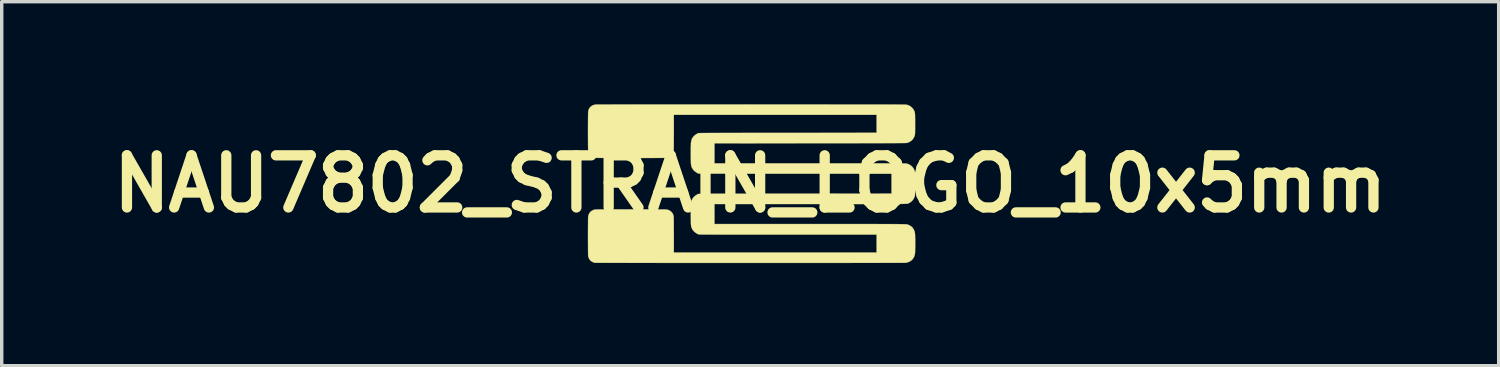
<source format=kicad_pcb>
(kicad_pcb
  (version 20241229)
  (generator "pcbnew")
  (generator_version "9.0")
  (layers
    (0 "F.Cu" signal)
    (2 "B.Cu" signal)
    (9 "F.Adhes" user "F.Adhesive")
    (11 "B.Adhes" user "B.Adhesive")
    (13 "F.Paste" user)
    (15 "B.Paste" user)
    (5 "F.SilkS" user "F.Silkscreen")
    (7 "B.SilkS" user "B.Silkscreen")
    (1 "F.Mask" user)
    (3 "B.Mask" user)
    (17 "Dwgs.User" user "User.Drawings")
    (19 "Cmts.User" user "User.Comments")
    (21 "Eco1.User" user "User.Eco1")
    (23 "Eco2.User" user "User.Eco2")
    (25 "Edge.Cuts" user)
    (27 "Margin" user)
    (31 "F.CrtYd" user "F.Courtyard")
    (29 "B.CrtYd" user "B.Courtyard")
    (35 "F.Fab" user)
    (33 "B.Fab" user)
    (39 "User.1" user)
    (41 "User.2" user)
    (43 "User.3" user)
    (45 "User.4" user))
  (footprint "NAU7802_STRAIN_LOGO_10x5mm"
    (layer "F.Cu")
    (at 18.876 2.324)
    (property "Reference" "NAU7802_STRAIN_LOGO_10x5mm" (at 0 0 0) (layer "F.SilkS") (effects (font (size 1.524 1.524) (thickness 0.3))))
    (attr through_hole)
    (fp_poly (pts (xy -1.674 -2.319) (xy -1.452 -2.319) (xy -1.22 -2.319) (xy -0.979 -2.319) (xy -0.729 -2.319) (xy -0.47 -2.319) (xy -0.201 -2.319) (xy 0.036 -2.318) (xy 0.287 -2.318) (xy 0.528 -2.318) (xy 0.76 -2.318) (xy 0.983 -2.318) (xy 1.197 -2.318) (xy 1.402 -2.318) (xy 1.599 -2.318) (xy 1.788 -2.318) (xy 1.968 -2.318) (xy 2.141 -2.318) (xy 2.305 -2.318) (xy 2.462 -2.317) (xy 2.612 -2.317) (xy 2.755 -2.317) (xy 2.89 -2.317) (xy 3.018 -2.317) (xy 3.14 -2.317) (xy 3.256 -2.317) (xy 3.365 -2.317) (xy 3.467 -2.317) (xy 3.564 -2.317) (xy 3.655 -2.316) (xy 3.741 -2.316) (xy 3.821 -2.316) (xy 3.895 -2.316) (xy 3.965 -2.316) (xy 4.03 -2.316) (xy 4.09 -2.315) (xy 4.145 -2.315) (xy 4.196 -2.315) (xy 4.243 -2.315) (xy 4.286 -2.315) (xy 4.326 -2.314) (xy 4.361 -2.314) (xy 4.393 -2.314) (xy 4.422 -2.314) (xy 4.448 -2.313) (xy 4.471 -2.313) (xy 4.491 -2.313) (xy 4.508 -2.313) (xy 4.524 -2.312) (xy 4.537 -2.312) (xy 4.548 -2.312) (xy 4.557 -2.311) (xy 4.564 -2.311) (xy 4.571 -2.31) (xy 4.575 -2.31) (xy 4.579 -2.31) (xy 4.582 -2.309) (xy 4.583 -2.309) (xy 4.631 -2.293) (xy 4.676 -2.269) (xy 4.716 -2.238) (xy 4.751 -2.202) (xy 4.778 -2.162) (xy 4.784 -2.151) (xy 4.791 -2.137) (xy 4.797 -2.125) (xy 4.802 -2.112) (xy 4.806 -2.1) (xy 4.809 -2.086) (xy 4.812 -2.07) (xy 4.814 -2.051) (xy 4.816 -2.028) (xy 4.817 -2.001) (xy 4.818 -1.968) (xy 4.818 -1.93) (xy 4.819 -1.884) (xy 4.819 -1.831) (xy 4.819 -1.769) (xy 4.819 -1.754) (xy 4.819 -1.693) (xy 4.819 -1.641) (xy 4.819 -1.597) (xy 4.818 -1.559) (xy 4.818 -1.529) (xy 4.817 -1.504) (xy 4.817 -1.484) (xy 4.816 -1.467) (xy 4.815 -1.454) (xy 4.813 -1.444) (xy 4.812 -1.435) (xy 4.811 -1.429) (xy 4.794 -1.378) (xy 4.769 -1.331) (xy 4.737 -1.29) (xy 4.698 -1.254) (xy 4.652 -1.225) (xy 4.6 -1.203) (xy 4.589 -1.2) (xy 4.587 -1.199) (xy 4.584 -1.199) (xy 4.58 -1.198) (xy 4.575 -1.197) (xy 4.569 -1.197) (xy 4.562 -1.196) (xy 4.553 -1.196) (xy 4.542 -1.196) (xy 4.529 -1.195) (xy 4.513 -1.195) (xy 4.495 -1.194) (xy 4.474 -1.194) (xy 4.449 -1.194) (xy 4.422 -1.194) (xy 4.391 -1.193) (xy 4.356 -1.193) (xy 4.317 -1.193) (xy 4.273 -1.193) (xy 4.226 -1.192) (xy 4.173 -1.192) (xy 4.116 -1.192) (xy 4.053 -1.192) (xy 3.985 -1.192) (xy 3.912 -1.191) (xy 3.832 -1.191) (xy 3.747 -1.191) (xy 3.655 -1.191) (xy 3.557 -1.191) (xy 3.451 -1.191) (xy 3.339 -1.191) (xy 3.22 -1.191) (xy 3.093 -1.19) (xy 2.958 -1.19) (xy 2.815 -1.19) (xy 2.664 -1.19) (xy 2.505 -1.19) (xy 2.337 -1.19) (xy 2.16 -1.19) (xy 1.975 -1.19) (xy 1.779 -1.19) (xy 1.756 -1.19) (xy -1.047 -1.188) (xy -1.047 -0.599) (xy 1.74 -0.599) (xy 1.937 -0.599) (xy 2.125 -0.599) (xy 2.303 -0.599) (xy 2.473 -0.599) (xy 2.634 -0.599) (xy 2.786 -0.599) (xy 2.93 -0.599) (xy 3.067 -0.599) (xy 3.195 -0.599) (xy 3.316 -0.599) (xy 3.43 -0.599) (xy 3.536 -0.599) (xy 3.636 -0.599) (xy 3.729 -0.598) (xy 3.816 -0.598) (xy 3.896 -0.598) (xy 3.971 -0.598) (xy 4.04 -0.598) (xy 4.103 -0.598) (xy 4.161 -0.598) (xy 4.214 -0.597) (xy 4.263 -0.597) (xy 4.307 -0.597) (xy 4.346 -0.597) (xy 4.381 -0.596) (xy 4.413 -0.596) (xy 4.441 -0.596) (xy 4.465 -0.596) (xy 4.486 -0.595) (xy 4.504 -0.595) (xy 4.52 -0.594) (xy 4.532 -0.594) (xy 4.543 -0.594) (xy 4.552 -0.593) (xy 4.558 -0.593) (xy 4.564 -0.592) (xy 4.567 -0.592) (xy 4.568 -0.592) (xy 4.619 -0.577) (xy 4.666 -0.555) (xy 4.708 -0.525) (xy 4.745 -0.488) (xy 4.776 -0.446) (xy 4.799 -0.398) (xy 4.808 -0.371) (xy 4.81 -0.363) (xy 4.812 -0.356) (xy 4.813 -0.348) (xy 4.815 -0.339) (xy 4.816 -0.328) (xy 4.817 -0.315) (xy 4.817 -0.297) (xy 4.818 -0.276) (xy 4.818 -0.25) (xy 4.818 -0.217) (xy 4.818 -0.179) (xy 4.819 -0.133) (xy 4.819 -0.079) (xy 4.819 -0.017) (xy 4.819 -0.005) (xy 4.819 0.059) (xy 4.819 0.115) (xy 4.818 0.162) (xy 4.818 0.201) (xy 4.818 0.235) (xy 4.818 0.262) (xy 4.817 0.284) (xy 4.817 0.302) (xy 4.816 0.317) (xy 4.815 0.328) (xy 4.814 0.337) (xy 4.812 0.345) (xy 4.81 0.353) (xy 4.808 0.36) (xy 4.808 0.361) (xy 4.789 0.411) (xy 4.763 0.456) (xy 4.729 0.496) (xy 4.69 0.53) (xy 4.649 0.555) (xy 4.644 0.557) (xy 4.64 0.559) (xy 4.637 0.562) (xy 4.634 0.564) (xy 4.631 0.566) (xy 4.628 0.568) (xy 4.625 0.569) (xy 4.621 0.571) (xy 4.617 0.573) (xy 4.611 0.574) (xy 4.604 0.575) (xy 4.595 0.577) (xy 4.585 0.578) (xy 4.573 0.579) (xy 4.559 0.58) (xy 4.542 0.581) (xy 4.522 0.582) (xy 4.5 0.583) (xy 4.475 0.584) (xy 4.446 0.585) (xy 4.413 0.585) (xy 4.377 0.586) (xy 4.337 0.586) (xy 4.293 0.587) (xy 4.244 0.587) (xy 4.19 0.588) (xy 4.131 0.588) (xy 4.068 0.588) (xy 3.998 0.589) (xy 3.923 0.589) (xy 3.843 0.589) (xy 3.756 0.589) (xy 3.663 0.589) (xy 3.563 0.589) (xy 3.457 0.589) (xy 3.343 0.589) (xy 3.222 0.59) (xy 3.094 0.59) (xy 2.958 0.59) (xy 2.814 0.59) (xy 2.662 0.59) (xy 2.501 0.59) (xy 2.332 0.59) (xy 2.154 0.589) (xy 1.967 0.589) (xy 1.771 0.589) (xy -1.047 0.589) (xy -1.047 1.174) (xy 1.738 1.174) (xy 1.935 1.174) (xy 2.122 1.174) (xy 2.301 1.174) (xy 2.47 1.174) (xy 2.631 1.174) (xy 2.784 1.174) (xy 2.928 1.174) (xy 3.064 1.174) (xy 3.193 1.174) (xy 3.314 1.174) (xy 3.428 1.174) (xy 3.534 1.174) (xy 3.634 1.174) (xy 3.728 1.175) (xy 3.815 1.175) (xy 3.896 1.175) (xy 3.971 1.175) (xy 4.04 1.175) (xy 4.104 1.176) (xy 4.163 1.176) (xy 4.217 1.176) (xy 4.266 1.176) (xy 4.31 1.177) (xy 4.351 1.177) (xy 4.387 1.178) (xy 4.42 1.178) (xy 4.449 1.179) (xy 4.474 1.18) (xy 4.497 1.18) (xy 4.517 1.181) (xy 4.534 1.182) (xy 4.548 1.183) (xy 4.561 1.183) (xy 4.571 1.184) (xy 4.58 1.185) (xy 4.588 1.187) (xy 4.594 1.188) (xy 4.599 1.189) (xy 4.603 1.19) (xy 4.607 1.192) (xy 4.61 1.193) (xy 4.614 1.195) (xy 4.617 1.196) (xy 4.621 1.198) (xy 4.625 1.2) (xy 4.673 1.223) (xy 4.715 1.252) (xy 4.75 1.289) (xy 4.778 1.332) (xy 4.799 1.381) (xy 4.813 1.435) (xy 4.816 1.462) (xy 4.817 1.479) (xy 4.818 1.504) (xy 4.819 1.537) (xy 4.82 1.575) (xy 4.821 1.618) (xy 4.821 1.664) (xy 4.821 1.712) (xy 4.821 1.761) (xy 4.821 1.81) (xy 4.821 1.856) (xy 4.82 1.9) (xy 4.819 1.939) (xy 4.819 1.973) (xy 4.818 2) (xy 4.816 2.019) (xy 4.816 2.022) (xy 4.806 2.08) (xy 4.788 2.131) (xy 4.763 2.177) (xy 4.731 2.216) (xy 4.692 2.249) (xy 4.647 2.275) (xy 4.596 2.293) (xy 4.54 2.304) (xy 4.534 2.305) (xy 4.526 2.305) (xy 4.51 2.305) (xy 4.484 2.306) (xy 4.45 2.306) (xy 4.407 2.306) (xy 4.356 2.306) (xy 4.297 2.307) (xy 4.23 2.307) (xy 4.155 2.307) (xy 4.073 2.307) (xy 3.984 2.307) (xy 3.889 2.307) (xy 3.787 2.308) (xy 3.678 2.308) (xy 3.564 2.308) (xy 3.444 2.308) (xy 3.319 2.308) (xy 3.188 2.308) (xy 3.052 2.308) (xy 2.912 2.309) (xy 2.767 2.309) (xy 2.618 2.309) (xy 2.465 2.309) (xy 2.309 2.309) (xy 2.149 2.309) (xy 1.986 2.309) (xy 1.82 2.309) (xy 1.651 2.309) (xy 1.48 2.309) (xy 1.307 2.309) (xy 1.131 2.309) (xy 0.955 2.309) (xy 0.777 2.309) (xy 0.597 2.309) (xy 0.417 2.309) (xy 0.237 2.309) (xy 0.056 2.309) (xy -0.125 2.309) (xy -0.306 2.309) (xy -0.487 2.309) (xy -0.666 2.309) (xy -0.845 2.309) (xy -1.023 2.309) (xy -1.199 2.309) (xy -1.373 2.309) (xy -1.546 2.309) (xy -1.716 2.309) (xy -1.884 2.309) (xy -2.049 2.309) (xy -2.211 2.309) (xy -2.369 2.309) (xy -2.525 2.309) (xy -2.676 2.309) (xy -2.824 2.308) (xy -2.967 2.308) (xy -3.105 2.308) (xy -3.239 2.308) (xy -3.368 2.308) (xy -3.492 2.308) (xy -3.61 2.308) (xy -3.722 2.307) (xy -3.828 2.307) (xy -3.927 2.307) (xy -4.02 2.307) (xy -4.107 2.307) (xy -4.186 2.307) (xy -4.258 2.306) (xy -4.322 2.306) (xy -4.378 2.306) (xy -4.426 2.306) (xy -4.466 2.305) (xy -4.497 2.305) (xy -4.519 2.305) (xy -4.533 2.305) (xy -4.536 2.305) (xy -4.574 2.296) (xy -4.612 2.28) (xy -4.647 2.258) (xy -4.672 2.236) (xy -4.7 2.2) (xy -4.72 2.158) (xy -4.733 2.112) (xy -4.735 2.099) (xy -4.736 2.088) (xy -4.736 2.068) (xy -4.737 2.039) (xy -4.738 2.004) (xy -4.738 1.962) (xy -4.739 1.914) (xy -4.739 1.862) (xy -4.739 1.805) (xy -4.739 1.745) (xy -4.74 1.682) (xy -4.74 1.618) (xy -4.74 1.552) (xy -4.74 1.486) (xy -4.74 1.421) (xy -4.74 1.357) (xy -4.739 1.295) (xy -4.739 1.235) (xy -4.739 1.18) (xy -4.738 1.129) (xy -4.738 1.083) (xy -4.737 1.042) (xy -4.737 1.009) (xy -4.736 0.983) (xy -4.735 0.965) (xy -4.735 0.958) (xy -4.725 0.911) (xy -4.706 0.869) (xy -4.681 0.832) (xy -4.649 0.801) (xy -4.611 0.777) (xy -4.567 0.76) (xy -4.529 0.752) (xy -4.519 0.752) (xy -4.501 0.751) (xy -4.474 0.751) (xy -4.439 0.75) (xy -4.396 0.75) (xy -4.347 0.75) (xy -4.292 0.749) (xy -4.231 0.749) (xy -4.164 0.749) (xy -4.093 0.748) (xy -4.018 0.748) (xy -3.94 0.748) (xy -3.858 0.748) (xy -3.775 0.748) (xy -3.689 0.748) (xy -3.602 0.747) (xy -3.515 0.747) (xy -3.427 0.747) (xy -3.339 0.748) (xy -3.253 0.748) (xy -3.168 0.748) (xy -3.085 0.748) (xy -3.004 0.748) (xy -2.927 0.748) (xy -2.854 0.748) (xy -2.784 0.749) (xy -2.72 0.749) (xy -2.661 0.749) (xy -2.607 0.75) (xy -2.561 0.75) (xy -2.521 0.751) (xy -2.489 0.751) (xy -2.465 0.752) (xy -2.449 0.752) (xy -2.444 0.753) (xy -2.397 0.763) (xy -2.355 0.781) (xy -2.318 0.807) (xy -2.287 0.839) (xy -2.262 0.877) (xy -2.246 0.92) (xy -2.238 0.958) (xy -2.237 0.97) (xy -2.237 0.991) (xy -2.236 1.021) (xy -2.235 1.059) (xy -2.235 1.105) (xy -2.234 1.159) (xy -2.234 1.22) (xy -2.234 1.288) (xy -2.233 1.363) (xy -2.233 1.444) (xy -2.233 1.504) (xy -2.233 2.008) (xy 3.697 2.008) (xy 3.697 1.481) (xy 1.109 1.481) (xy 0.919 1.481) (xy 0.738 1.481) (xy 0.566 1.481) (xy 0.404 1.481) (xy 0.249 1.481) (xy 0.104 1.481) (xy -0.034 1.481) (xy -0.164 1.481) (xy -0.286 1.481) (xy -0.4 1.481) (xy -0.507 1.48) (xy -0.607 1.48) (xy -0.701 1.48) (xy -0.787 1.48) (xy -0.868 1.48) (xy -0.942 1.48) (xy -1.011 1.48) (xy -1.073 1.48) (xy -1.131 1.479) (xy -1.183 1.479) (xy -1.231 1.479) (xy -1.273 1.479) (xy -1.312 1.478) (xy -1.345 1.478) (xy -1.375 1.478) (xy -1.402 1.478) (xy -1.424 1.477) (xy -1.444 1.477) (xy -1.46 1.477) (xy -1.473 1.476) (xy -1.484 1.476) (xy -1.493 1.475) (xy -1.499 1.475) (xy -1.503 1.474) (xy -1.506 1.474) (xy -1.526 1.467) (xy -1.55 1.455) (xy -1.576 1.439) (xy -1.602 1.422) (xy -1.625 1.404) (xy -1.638 1.393) (xy -1.659 1.37) (xy -1.68 1.342) (xy -1.698 1.311) (xy -1.712 1.282) (xy -1.716 1.271) (xy -1.721 1.251) (xy -1.726 1.226) (xy -1.729 1.2) (xy -1.73 1.193) (xy -1.731 1.178) (xy -1.732 1.154) (xy -1.733 1.123) (xy -1.733 1.086) (xy -1.734 1.044) (xy -1.734 0.998) (xy -1.734 0.95) (xy -1.735 0.9) (xy -1.734 0.849) (xy -1.734 0.8) (xy -1.734 0.752) (xy -1.734 0.707) (xy -1.733 0.667) (xy -1.732 0.632) (xy -1.732 0.604) (xy -1.731 0.583) (xy -1.73 0.575) (xy -1.721 0.521) (xy -1.706 0.472) (xy -1.683 0.429) (xy -1.652 0.39) (xy -1.647 0.384) (xy -1.633 0.371) (xy -1.613 0.355) (xy -1.589 0.338) (xy -1.565 0.322) (xy -1.543 0.308) (xy -1.525 0.298) (xy -1.525 0.298) (xy -1.523 0.297) (xy -1.52 0.297) (xy -1.517 0.296) (xy -1.511 0.296) (xy -1.504 0.295) (xy -1.495 0.295) (xy -1.484 0.295) (xy -1.471 0.294) (xy -1.455 0.294) (xy -1.436 0.293) (xy -1.414 0.293) (xy -1.389 0.293) (xy -1.361 0.292) (xy -1.329 0.292) (xy -1.292 0.292) (xy -1.252 0.292) (xy -1.207 0.291) (xy -1.158 0.291) (xy -1.104 0.291) (xy -1.044 0.291) (xy -0.98 0.291) (xy -0.91 0.291) (xy -0.834 0.29) (xy -0.752 0.29) (xy -0.664 0.29) (xy -0.569 0.29) (xy -0.468 0.29) (xy -0.36 0.29) (xy -0.244 0.29) (xy -0.122 0.29) (xy 0.008 0.289) (xy 0.146 0.289) (xy 0.293 0.289) (xy 0.447 0.289) (xy 0.61 0.289) (xy 0.781 0.289) (xy 0.962 0.289) (xy 1.151 0.289) (xy 1.313 0.289) (xy 4.133 0.287) (xy 4.133 -0.297) (xy 1.313 -0.298) (xy 1.116 -0.298) (xy 0.928 -0.298) (xy 0.749 -0.299) (xy 0.579 -0.299) (xy 0.418 -0.299) (xy 0.265 -0.299) (xy 0.121 -0.299) (xy -0.016 -0.299) (xy -0.145 -0.299) (xy -0.266 -0.299) (xy -0.38 -0.299) (xy -0.487 -0.299) (xy -0.587 -0.3) (xy -0.68 -0.3) (xy -0.767 -0.3) (xy -0.848 -0.3) (xy -0.923 -0.3) (xy -0.992 -0.3) (xy -1.056 -0.3) (xy -1.114 -0.301) (xy -1.167 -0.301) (xy -1.216 -0.301) (xy -1.26 -0.301) (xy -1.299 -0.302) (xy -1.335 -0.302) (xy -1.366 -0.302) (xy -1.394 -0.302) (xy -1.419 -0.303) (xy -1.44 -0.303) (xy -1.458 -0.303) (xy -1.474 -0.304) (xy -1.486 -0.304) (xy -1.497 -0.305) (xy -1.506 -0.305) (xy -1.512 -0.305) (xy -1.517 -0.306) (xy -1.521 -0.306) (xy -1.523 -0.307) (xy -1.525 -0.307) (xy -1.542 -0.317) (xy -1.564 -0.331) (xy -1.588 -0.347) (xy -1.612 -0.364) (xy -1.632 -0.38) (xy -1.647 -0.393) (xy -1.647 -0.394) (xy -1.679 -0.433) (xy -1.703 -0.476) (xy -1.72 -0.523) (xy -1.729 -0.576) (xy -1.73 -0.585) (xy -1.731 -0.6) (xy -1.732 -0.624) (xy -1.733 -0.655) (xy -1.733 -0.692) (xy -1.734 -0.734) (xy -1.734 -0.78) (xy -1.734 -0.828) (xy -1.735 -0.878) (xy -1.734 -0.929) (xy -1.734 -0.978) (xy -1.734 -1.026) (xy -1.734 -1.071) (xy -1.733 -1.111) (xy -1.732 -1.146) (xy -1.732 -1.174) (xy -1.731 -1.195) (xy -1.73 -1.203) (xy -1.721 -1.257) (xy -1.706 -1.306) (xy -1.683 -1.349) (xy -1.652 -1.388) (xy -1.647 -1.394) (xy -1.633 -1.407) (xy -1.613 -1.423) (xy -1.589 -1.44) (xy -1.565 -1.456) (xy -1.543 -1.47) (xy -1.525 -1.48) (xy -1.525 -1.48) (xy -1.523 -1.481) (xy -1.52 -1.481) (xy -1.516 -1.482) (xy -1.511 -1.482) (xy -1.504 -1.483) (xy -1.495 -1.483) (xy -1.483 -1.484) (xy -1.47 -1.484) (xy -1.453 -1.484) (xy -1.434 -1.485) (xy -1.412 -1.485) (xy -1.386 -1.485) (xy -1.357 -1.486) (xy -1.324 -1.486) (xy -1.286 -1.486) (xy -1.245 -1.486) (xy -1.199 -1.487) (xy -1.148 -1.487) (xy -1.092 -1.487) (xy -1.031 -1.487) (xy -0.964 -1.487) (xy -0.892 -1.488) (xy -0.813 -1.488) (xy -0.729 -1.488) (xy -0.638 -1.488) (xy -0.54 -1.488) (xy -0.436 -1.488) (xy -0.324 -1.488) (xy -0.205 -1.489) (xy -0.078 -1.489) (xy 0.057 -1.489) (xy 0.2 -1.489) (xy 0.351 -1.489) (xy 0.51 -1.489) (xy 0.679 -1.489) (xy 0.856 -1.489) (xy 1.043 -1.489) (xy 1.095 -1.489) (xy 3.697 -1.491) (xy 3.697 -2.018) (xy -2.233 -2.018) (xy -2.233 -1.513) (xy -2.233 -1.428) (xy -2.233 -1.35) (xy -2.234 -1.277) (xy -2.234 -1.211) (xy -2.234 -1.152) (xy -2.235 -1.1) (xy -2.235 -1.056) (xy -2.236 -1.021) (xy -2.237 -0.993) (xy -2.238 -0.975) (xy -2.238 -0.968) (xy -2.248 -0.921) (xy -2.266 -0.879) (xy -2.292 -0.842) (xy -2.324 -0.811) (xy -2.362 -0.787) (xy -2.406 -0.77) (xy -2.444 -0.762) (xy -2.454 -0.762) (xy -2.472 -0.761) (xy -2.499 -0.761) (xy -2.534 -0.76) (xy -2.577 -0.76) (xy -2.626 -0.759) (xy -2.681 -0.759) (xy -2.742 -0.759) (xy -2.809 -0.758) (xy -2.88 -0.758) (xy -2.955 -0.758) (xy -3.033 -0.758) (xy -3.115 -0.757) (xy -3.198 -0.757) (xy -3.284 -0.757) (xy -3.371 -0.757) (xy -3.459 -0.757) (xy -3.546 -0.757) (xy -3.634 -0.757) (xy -3.72 -0.757) (xy -3.805 -0.757) (xy -3.888 -0.757) (xy -3.969 -0.758) (xy -4.046 -0.758) (xy -4.12 -0.758) (xy -4.189 -0.758) (xy -4.253 -0.759) (xy -4.313 -0.759) (xy -4.366 -0.759) (xy -4.413 -0.76) (xy -4.452 -0.76) (xy -4.485 -0.761) (xy -4.509 -0.761) (xy -4.524 -0.762) (xy -4.529 -0.762) (xy -4.576 -0.772) (xy -4.618 -0.791) (xy -4.656 -0.816) (xy -4.686 -0.848) (xy -4.711 -0.886) (xy -4.727 -0.93) (xy -4.735 -0.968) (xy -4.736 -0.979) (xy -4.736 -0.999) (xy -4.737 -1.028) (xy -4.738 -1.063) (xy -4.738 -1.105) (xy -4.739 -1.153) (xy -4.739 -1.205) (xy -4.739 -1.262) (xy -4.739 -1.322) (xy -4.74 -1.385) (xy -4.74 -1.449) (xy -4.74 -1.515) (xy -4.74 -1.581) (xy -4.74 -1.646) (xy -4.74 -1.71) (xy -4.739 -1.772) (xy -4.739 -1.831) (xy -4.739 -1.887) (xy -4.738 -1.938) (xy -4.738 -1.984) (xy -4.737 -2.024) (xy -4.737 -2.058) (xy -4.736 -2.084) (xy -4.735 -2.102) (xy -4.735 -2.109) (xy -4.725 -2.156) (xy -4.707 -2.198) (xy -4.681 -2.235) (xy -4.649 -2.266) (xy -4.611 -2.29) (xy -4.567 -2.307) (xy -4.524 -2.315) (xy -4.518 -2.315) (xy -4.505 -2.315) (xy -4.484 -2.316) (xy -4.457 -2.316) (xy -4.422 -2.316) (xy -4.38 -2.317) (xy -4.331 -2.317) (xy -4.274 -2.317) (xy -4.21 -2.317) (xy -4.138 -2.317) (xy -4.058 -2.318) (xy -3.971 -2.318) (xy -3.876 -2.318) (xy -3.772 -2.318) (xy -3.661 -2.318) (xy -3.542 -2.318) (xy -3.415 -2.318) (xy -3.279 -2.319) (xy -3.135 -2.319) (xy -2.983 -2.319) (xy -2.822 -2.319) (xy -2.652 -2.319) (xy -2.474 -2.319) (xy -2.288 -2.319) (xy -2.092 -2.319) (xy -1.887 -2.319) (xy -1.674 -2.319)) (stroke (width 0.01) (type solid)) (fill yes) (layer "F.SilkS")))
  (gr_rect
    (start -3 -3)
    (end 40.752 7.638)
    (stroke (width 0.1) (type default))
    (fill no)
    (layer "Edge.Cuts")))
</source>
